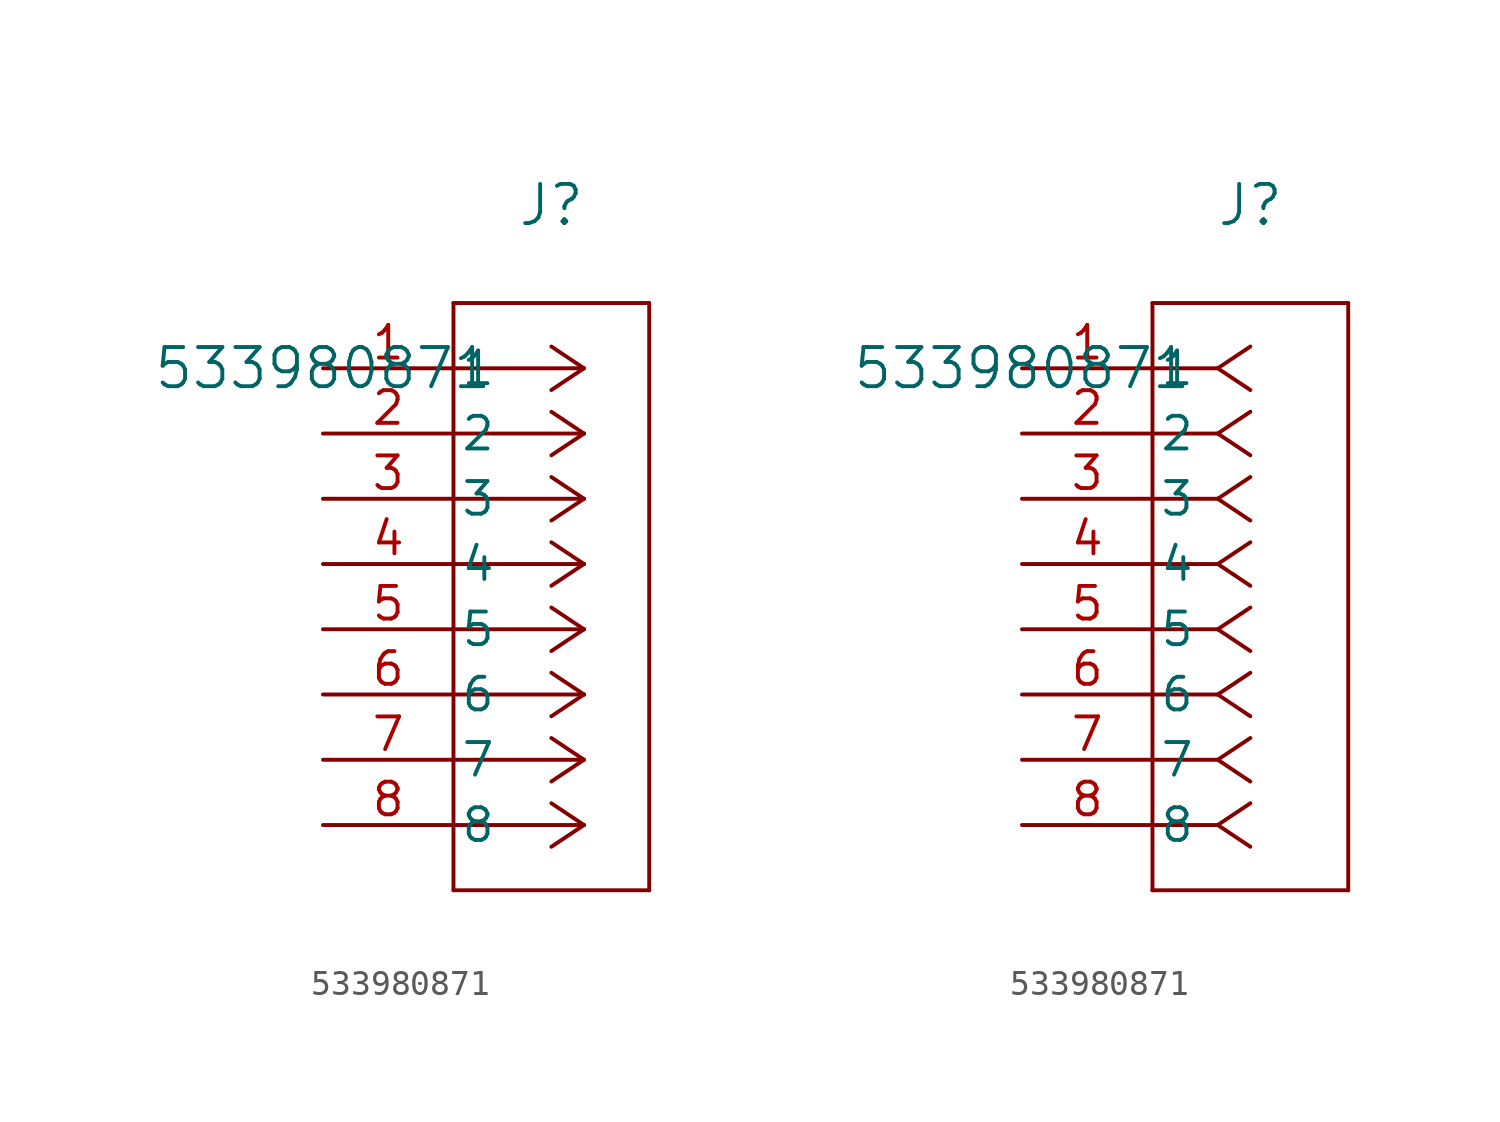
<source format=kicad_sym>
(kicad_symbol_lib
  (version 20211014)
  (generator kicad_symbol_editor)
  (symbol "533980871"
    (pin_names
      (offset 0.254))
    (property "Reference" "J"
      (at 8.89 6.35 0)
      (effects (font (size 1.524 1.524))))
    (property "Value" "533980871"
      (at 0 0 0)
      (effects (font (size 1.524 1.524))))
    (symbol "533980871_1_1"
      (polyline (pts (xy 10.16 0) (xy 5.08 0)) (stroke (width 0) (type default) (color 0 0 0 0)) (fill (type none)))
      (polyline (pts (xy 10.16 -2.54) (xy 5.08 -2.54)) (stroke (width 0) (type default) (color 0 0 0 0)) (fill (type none)))
      (polyline (pts (xy 10.16 -5.08) (xy 5.08 -5.08)) (stroke (width 0) (type default) (color 0 0 0 0)) (fill (type none)))
      (polyline (pts (xy 10.16 -7.62) (xy 5.08 -7.62)) (stroke (width 0) (type default) (color 0 0 0 0)) (fill (type none)))
      (polyline (pts (xy 10.16 -10.16) (xy 5.08 -10.16)) (stroke (width 0) (type default) (color 0 0 0 0)) (fill (type none)))
      (polyline (pts (xy 10.16 -12.7) (xy 5.08 -12.7)) (stroke (width 0) (type default) (color 0 0 0 0)) (fill (type none)))
      (polyline (pts (xy 10.16 -15.24) (xy 5.08 -15.24)) (stroke (width 0) (type default) (color 0 0 0 0)) (fill (type none)))
      (polyline (pts (xy 10.16 -17.78) (xy 5.08 -17.78)) (stroke (width 0) (type default) (color 0 0 0 0)) (fill (type none)))
      (polyline (pts (xy 10.16 0) (xy 8.89 0.847)) (stroke (width 0) (type default) (color 0 0 0 0)) (fill (type none)))
      (polyline (pts (xy 10.16 -2.54) (xy 8.89 -1.693)) (stroke (width 0) (type default) (color 0 0 0 0)) (fill (type none)))
      (polyline (pts (xy 10.16 -5.08) (xy 8.89 -4.233)) (stroke (width 0) (type default) (color 0 0 0 0)) (fill (type none)))
      (polyline (pts (xy 10.16 -7.62) (xy 8.89 -6.773)) (stroke (width 0) (type default) (color 0 0 0 0)) (fill (type none)))
      (polyline (pts (xy 10.16 -10.16) (xy 8.89 -9.313)) (stroke (width 0) (type default) (color 0 0 0 0)) (fill (type none)))
      (polyline (pts (xy 10.16 -12.7) (xy 8.89 -11.853)) (stroke (width 0) (type default) (color 0 0 0 0)) (fill (type none)))
      (polyline (pts (xy 10.16 -15.24) (xy 8.89 -14.393)) (stroke (width 0) (type default) (color 0 0 0 0)) (fill (type none)))
      (polyline (pts (xy 10.16 -17.78) (xy 8.89 -16.933)) (stroke (width 0) (type default) (color 0 0 0 0)) (fill (type none)))
      (polyline (pts (xy 10.16 0) (xy 8.89 -0.847)) (stroke (width 0) (type default) (color 0 0 0 0)) (fill (type none)))
      (polyline (pts (xy 10.16 -2.54) (xy 8.89 -3.387)) (stroke (width 0) (type default) (color 0 0 0 0)) (fill (type none)))
      (polyline (pts (xy 10.16 -5.08) (xy 8.89 -5.927)) (stroke (width 0) (type default) (color 0 0 0 0)) (fill (type none)))
      (polyline (pts (xy 10.16 -7.62) (xy 8.89 -8.467)) (stroke (width 0) (type default) (color 0 0 0 0)) (fill (type none)))
      (polyline (pts (xy 10.16 -10.16) (xy 8.89 -11.007)) (stroke (width 0) (type default) (color 0 0 0 0)) (fill (type none)))
      (polyline (pts (xy 10.16 -12.7) (xy 8.89 -13.547)) (stroke (width 0) (type default) (color 0 0 0 0)) (fill (type none)))
      (polyline (pts (xy 10.16 -15.24) (xy 8.89 -16.087)) (stroke (width 0) (type default) (color 0 0 0 0)) (fill (type none)))
      (polyline (pts (xy 10.16 -17.78) (xy 8.89 -18.627)) (stroke (width 0) (type default) (color 0 0 0 0)) (fill (type none)))
      (polyline (pts (xy 5.08 2.54) (xy 5.08 -20.32)) (stroke (width 0) (type default) (color 0 0 0 0)) (fill (type none)))
      (polyline (pts (xy 5.08 -20.32) (xy 12.7 -20.32)) (stroke (width 0) (type default) (color 0 0 0 0)) (fill (type none)))
      (polyline (pts (xy 12.7 -20.32) (xy 12.7 2.54)) (stroke (width 0) (type default) (color 0 0 0 0)) (fill (type none)))
      (polyline (pts (xy 12.7 2.54) (xy 5.08 2.54)) (stroke (width 0) (type default) (color 0 0 0 0)) (fill (type none)))
      (pin unspecified line (at 0 0 0) (length 5.08) (name "1" (effects (font (size 1.27 1.27)))) (number "1" (effects (font (size 1.27 1.27)))))
      (pin unspecified line (at 0 -2.54 0) (length 5.08) (name "2" (effects (font (size 1.27 1.27)))) (number "2" (effects (font (size 1.27 1.27)))))
      (pin unspecified line (at 0 -5.08 0) (length 5.08) (name "3" (effects (font (size 1.27 1.27)))) (number "3" (effects (font (size 1.27 1.27)))))
      (pin unspecified line (at 0 -7.62 0) (length 5.08) (name "4" (effects (font (size 1.27 1.27)))) (number "4" (effects (font (size 1.27 1.27)))))
      (pin unspecified line (at 0 -10.16 0) (length 5.08) (name "5" (effects (font (size 1.27 1.27)))) (number "5" (effects (font (size 1.27 1.27)))))
      (pin unspecified line (at 0 -12.7 0) (length 5.08) (name "6" (effects (font (size 1.27 1.27)))) (number "6" (effects (font (size 1.27 1.27)))))
      (pin unspecified line (at 0 -15.24 0) (length 5.08) (name "7" (effects (font (size 1.27 1.27)))) (number "7" (effects (font (size 1.27 1.27)))))
      (pin unspecified line (at 0 -17.78 0) (length 5.08) (name "8" (effects (font (size 1.27 1.27)))) (number "8" (effects (font (size 1.27 1.27))))))
    (symbol "533980871_1_2"
      (polyline (pts (xy 7.62 0) (xy 5.08 0)) (stroke (width 0) (type default) (color 0 0 0 0)) (fill (type none)))
      (polyline (pts (xy 7.62 -2.54) (xy 5.08 -2.54)) (stroke (width 0) (type default) (color 0 0 0 0)) (fill (type none)))
      (polyline (pts (xy 7.62 -5.08) (xy 5.08 -5.08)) (stroke (width 0) (type default) (color 0 0 0 0)) (fill (type none)))
      (polyline (pts (xy 7.62 -7.62) (xy 5.08 -7.62)) (stroke (width 0) (type default) (color 0 0 0 0)) (fill (type none)))
      (polyline (pts (xy 7.62 -10.16) (xy 5.08 -10.16)) (stroke (width 0) (type default) (color 0 0 0 0)) (fill (type none)))
      (polyline (pts (xy 7.62 -12.7) (xy 5.08 -12.7)) (stroke (width 0) (type default) (color 0 0 0 0)) (fill (type none)))
      (polyline (pts (xy 7.62 -15.24) (xy 5.08 -15.24)) (stroke (width 0) (type default) (color 0 0 0 0)) (fill (type none)))
      (polyline (pts (xy 7.62 -17.78) (xy 5.08 -17.78)) (stroke (width 0) (type default) (color 0 0 0 0)) (fill (type none)))
      (polyline (pts (xy 7.62 0) (xy 8.89 0.847)) (stroke (width 0) (type default) (color 0 0 0 0)) (fill (type none)))
      (polyline (pts (xy 7.62 -2.54) (xy 8.89 -1.693)) (stroke (width 0) (type default) (color 0 0 0 0)) (fill (type none)))
      (polyline (pts (xy 7.62 -5.08) (xy 8.89 -4.233)) (stroke (width 0) (type default) (color 0 0 0 0)) (fill (type none)))
      (polyline (pts (xy 7.62 -7.62) (xy 8.89 -6.773)) (stroke (width 0) (type default) (color 0 0 0 0)) (fill (type none)))
      (polyline (pts (xy 7.62 -10.16) (xy 8.89 -9.313)) (stroke (width 0) (type default) (color 0 0 0 0)) (fill (type none)))
      (polyline (pts (xy 7.62 -12.7) (xy 8.89 -11.853)) (stroke (width 0) (type default) (color 0 0 0 0)) (fill (type none)))
      (polyline (pts (xy 7.62 -15.24) (xy 8.89 -14.393)) (stroke (width 0) (type default) (color 0 0 0 0)) (fill (type none)))
      (polyline (pts (xy 7.62 -17.78) (xy 8.89 -16.933)) (stroke (width 0) (type default) (color 0 0 0 0)) (fill (type none)))
      (polyline (pts (xy 7.62 0) (xy 8.89 -0.847)) (stroke (width 0) (type default) (color 0 0 0 0)) (fill (type none)))
      (polyline (pts (xy 7.62 -2.54) (xy 8.89 -3.387)) (stroke (width 0) (type default) (color 0 0 0 0)) (fill (type none)))
      (polyline (pts (xy 7.62 -5.08) (xy 8.89 -5.927)) (stroke (width 0) (type default) (color 0 0 0 0)) (fill (type none)))
      (polyline (pts (xy 7.62 -7.62) (xy 8.89 -8.467)) (stroke (width 0) (type default) (color 0 0 0 0)) (fill (type none)))
      (polyline (pts (xy 7.62 -10.16) (xy 8.89 -11.007)) (stroke (width 0) (type default) (color 0 0 0 0)) (fill (type none)))
      (polyline (pts (xy 7.62 -12.7) (xy 8.89 -13.547)) (stroke (width 0) (type default) (color 0 0 0 0)) (fill (type none)))
      (polyline (pts (xy 7.62 -15.24) (xy 8.89 -16.087)) (stroke (width 0) (type default) (color 0 0 0 0)) (fill (type none)))
      (polyline (pts (xy 7.62 -17.78) (xy 8.89 -18.627)) (stroke (width 0) (type default) (color 0 0 0 0)) (fill (type none)))
      (polyline (pts (xy 5.08 2.54) (xy 5.08 -20.32)) (stroke (width 0) (type default) (color 0 0 0 0)) (fill (type none)))
      (polyline (pts (xy 5.08 -20.32) (xy 12.7 -20.32)) (stroke (width 0) (type default) (color 0 0 0 0)) (fill (type none)))
      (polyline (pts (xy 12.7 -20.32) (xy 12.7 2.54)) (stroke (width 0) (type default) (color 0 0 0 0)) (fill (type none)))
      (polyline (pts (xy 12.7 2.54) (xy 5.08 2.54)) (stroke (width 0) (type default) (color 0 0 0 0)) (fill (type none)))
      (pin unspecified line (at 0 0 0) (length 5.08) (name "1" (effects (font (size 1.27 1.27)))) (number "1" (effects (font (size 1.27 1.27)))))
      (pin unspecified line (at 0 -2.54 0) (length 5.08) (name "2" (effects (font (size 1.27 1.27)))) (number "2" (effects (font (size 1.27 1.27)))))
      (pin unspecified line (at 0 -5.08 0) (length 5.08) (name "3" (effects (font (size 1.27 1.27)))) (number "3" (effects (font (size 1.27 1.27)))))
      (pin unspecified line (at 0 -7.62 0) (length 5.08) (name "4" (effects (font (size 1.27 1.27)))) (number "4" (effects (font (size 1.27 1.27)))))
      (pin unspecified line (at 0 -10.16 0) (length 5.08) (name "5" (effects (font (size 1.27 1.27)))) (number "5" (effects (font (size 1.27 1.27)))))
      (pin unspecified line (at 0 -12.7 0) (length 5.08) (name "6" (effects (font (size 1.27 1.27)))) (number "6" (effects (font (size 1.27 1.27)))))
      (pin unspecified line (at 0 -15.24 0) (length 5.08) (name "7" (effects (font (size 1.27 1.27)))) (number "7" (effects (font (size 1.27 1.27)))))
      (pin unspecified line (at 0 -17.78 0) (length 5.08) (name "8" (effects (font (size 1.27 1.27)))) (number "8" (effects (font (size 1.27 1.27))))))))
</source>
